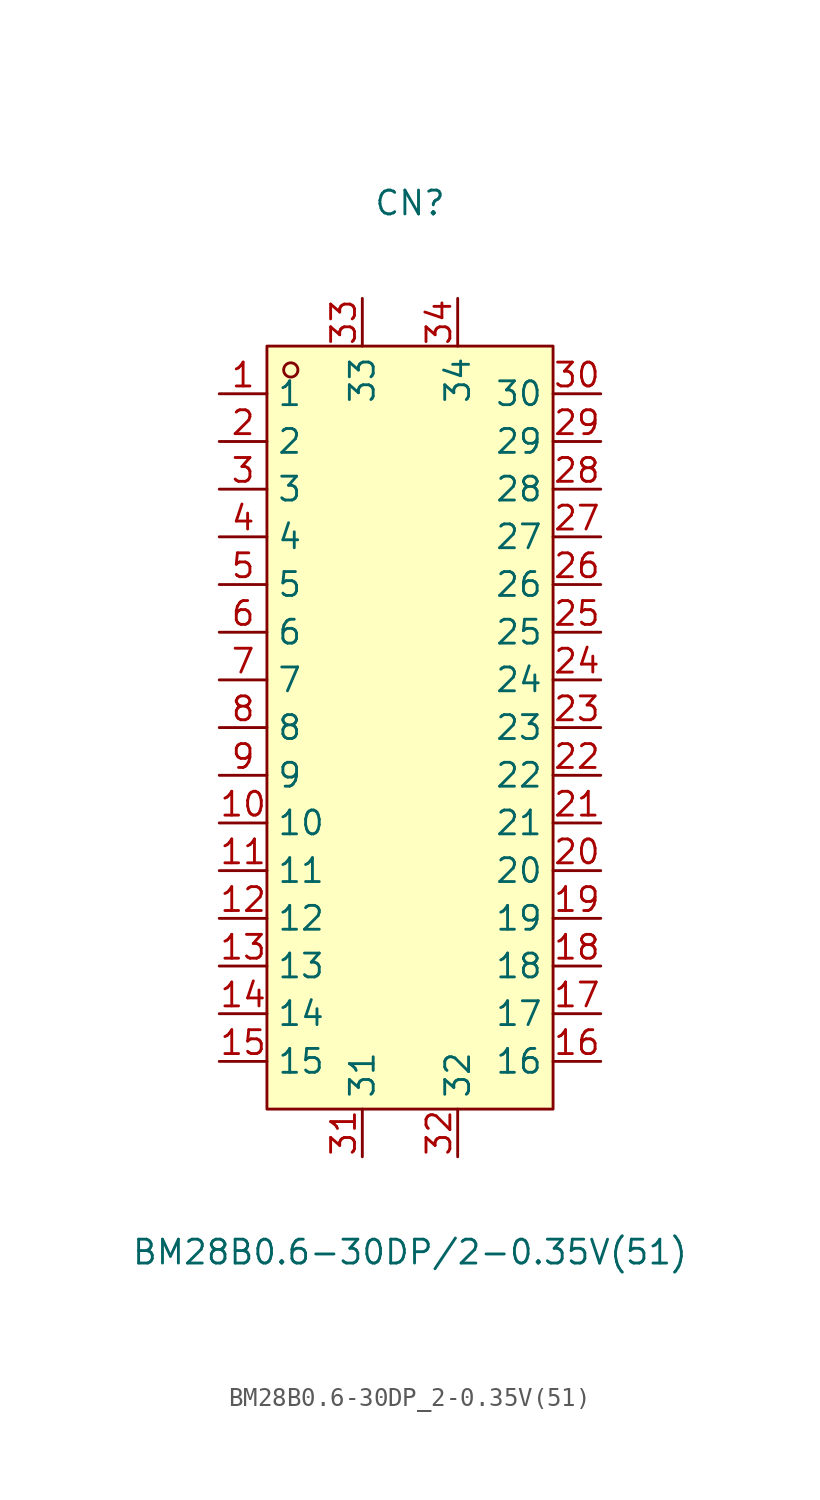
<source format=kicad_sym>
(kicad_symbol_lib
  (version 20211014)
  (generator https://github.com/uPesy/easyeda2kicad.py)
  (symbol "BM28B0.6-30DP_2-0.35V(51)"
    (property "Reference" "CN"
      (at 0 27.94 0)
      (effects (font (size 1.27 1.27))))
    (property "Value" "BM28B0.6-30DP/2-0.35V(51)"
      (at 0 -27.94 0)
      (effects (font (size 1.27 1.27))))
    (symbol "BM28B0.6-30DP_2-0.35V(51)_0_1"
      (rectangle (start -7.62 20.32) (end 7.62 -20.32) (stroke (width 0) (type default) (color 0 0 0 0)) (fill (type background)))
      (circle (center -6.35 19.05) (radius 0.38) (stroke (width 0) (type default) (color 0 0 0 0)) (fill (type none)))
      (pin unspecified line (at 2.54 -22.86 90) (length 2.54) (name "32" (effects (font (size 1.27 1.27)))) (number "32" (effects (font (size 1.27 1.27)))))
      (pin unspecified line (at -2.54 -22.86 90) (length 2.54) (name "31" (effects (font (size 1.27 1.27)))) (number "31" (effects (font (size 1.27 1.27)))))
      (pin unspecified line (at 2.54 22.86 270) (length 2.54) (name "34" (effects (font (size 1.27 1.27)))) (number "34" (effects (font (size 1.27 1.27)))))
      (pin unspecified line (at -2.54 22.86 270) (length 2.54) (name "33" (effects (font (size 1.27 1.27)))) (number "33" (effects (font (size 1.27 1.27)))))
      (pin unspecified line (at 10.16 17.78 180) (length 2.54) (name "30" (effects (font (size 1.27 1.27)))) (number "30" (effects (font (size 1.27 1.27)))))
      (pin unspecified line (at 10.16 15.24 180) (length 2.54) (name "29" (effects (font (size 1.27 1.27)))) (number "29" (effects (font (size 1.27 1.27)))))
      (pin unspecified line (at 10.16 12.70 180) (length 2.54) (name "28" (effects (font (size 1.27 1.27)))) (number "28" (effects (font (size 1.27 1.27)))))
      (pin unspecified line (at 10.16 10.16 180) (length 2.54) (name "27" (effects (font (size 1.27 1.27)))) (number "27" (effects (font (size 1.27 1.27)))))
      (pin unspecified line (at 10.16 7.62 180) (length 2.54) (name "26" (effects (font (size 1.27 1.27)))) (number "26" (effects (font (size 1.27 1.27)))))
      (pin unspecified line (at 10.16 5.08 180) (length 2.54) (name "25" (effects (font (size 1.27 1.27)))) (number "25" (effects (font (size 1.27 1.27)))))
      (pin unspecified line (at 10.16 2.54 180) (length 2.54) (name "24" (effects (font (size 1.27 1.27)))) (number "24" (effects (font (size 1.27 1.27)))))
      (pin unspecified line (at 10.16 -0.00 180) (length 2.54) (name "23" (effects (font (size 1.27 1.27)))) (number "23" (effects (font (size 1.27 1.27)))))
      (pin unspecified line (at 10.16 -2.54 180) (length 2.54) (name "22" (effects (font (size 1.27 1.27)))) (number "22" (effects (font (size 1.27 1.27)))))
      (pin unspecified line (at 10.16 -5.08 180) (length 2.54) (name "21" (effects (font (size 1.27 1.27)))) (number "21" (effects (font (size 1.27 1.27)))))
      (pin unspecified line (at 10.16 -7.62 180) (length 2.54) (name "20" (effects (font (size 1.27 1.27)))) (number "20" (effects (font (size 1.27 1.27)))))
      (pin unspecified line (at 10.16 -10.16 180) (length 2.54) (name "19" (effects (font (size 1.27 1.27)))) (number "19" (effects (font (size 1.27 1.27)))))
      (pin unspecified line (at 10.16 -12.70 180) (length 2.54) (name "18" (effects (font (size 1.27 1.27)))) (number "18" (effects (font (size 1.27 1.27)))))
      (pin unspecified line (at 10.16 -15.24 180) (length 2.54) (name "17" (effects (font (size 1.27 1.27)))) (number "17" (effects (font (size 1.27 1.27)))))
      (pin unspecified line (at 10.16 -17.78 180) (length 2.54) (name "16" (effects (font (size 1.27 1.27)))) (number "16" (effects (font (size 1.27 1.27)))))
      (pin unspecified line (at -10.16 -17.78 0) (length 2.54) (name "15" (effects (font (size 1.27 1.27)))) (number "15" (effects (font (size 1.27 1.27)))))
      (pin unspecified line (at -10.16 -15.24 0) (length 2.54) (name "14" (effects (font (size 1.27 1.27)))) (number "14" (effects (font (size 1.27 1.27)))))
      (pin unspecified line (at -10.16 -12.70 0) (length 2.54) (name "13" (effects (font (size 1.27 1.27)))) (number "13" (effects (font (size 1.27 1.27)))))
      (pin unspecified line (at -10.16 -10.16 0) (length 2.54) (name "12" (effects (font (size 1.27 1.27)))) (number "12" (effects (font (size 1.27 1.27)))))
      (pin unspecified line (at -10.16 -7.62 0) (length 2.54) (name "11" (effects (font (size 1.27 1.27)))) (number "11" (effects (font (size 1.27 1.27)))))
      (pin unspecified line (at -10.16 -5.08 0) (length 2.54) (name "10" (effects (font (size 1.27 1.27)))) (number "10" (effects (font (size 1.27 1.27)))))
      (pin unspecified line (at -10.16 -2.54 0) (length 2.54) (name "9" (effects (font (size 1.27 1.27)))) (number "9" (effects (font (size 1.27 1.27)))))
      (pin unspecified line (at -10.16 -0.00 0) (length 2.54) (name "8" (effects (font (size 1.27 1.27)))) (number "8" (effects (font (size 1.27 1.27)))))
      (pin unspecified line (at -10.16 2.54 0) (length 2.54) (name "7" (effects (font (size 1.27 1.27)))) (number "7" (effects (font (size 1.27 1.27)))))
      (pin unspecified line (at -10.16 5.08 0) (length 2.54) (name "6" (effects (font (size 1.27 1.27)))) (number "6" (effects (font (size 1.27 1.27)))))
      (pin unspecified line (at -10.16 7.62 0) (length 2.54) (name "5" (effects (font (size 1.27 1.27)))) (number "5" (effects (font (size 1.27 1.27)))))
      (pin unspecified line (at -10.16 10.16 0) (length 2.54) (name "4" (effects (font (size 1.27 1.27)))) (number "4" (effects (font (size 1.27 1.27)))))
      (pin unspecified line (at -10.16 12.70 0) (length 2.54) (name "3" (effects (font (size 1.27 1.27)))) (number "3" (effects (font (size 1.27 1.27)))))
      (pin unspecified line (at -10.16 15.24 0) (length 2.54) (name "2" (effects (font (size 1.27 1.27)))) (number "2" (effects (font (size 1.27 1.27)))))
      (pin unspecified line (at -10.16 17.78 0) (length 2.54) (name "1" (effects (font (size 1.27 1.27)))) (number "1" (effects (font (size 1.27 1.27))))))))
</source>
